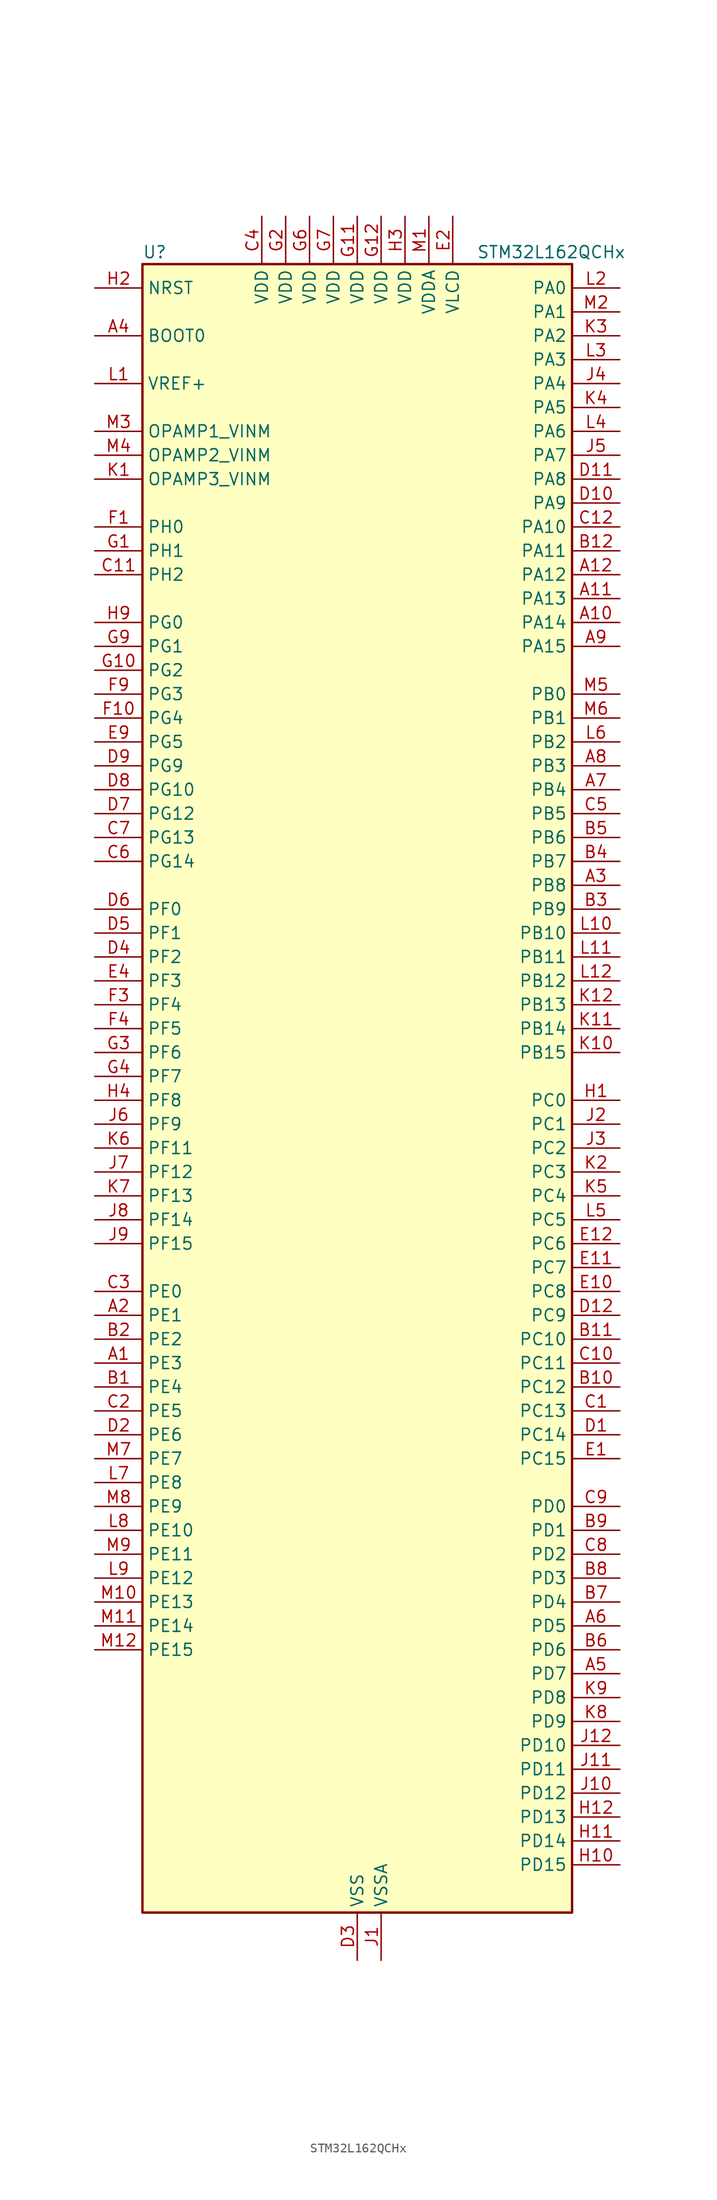
<source format=kicad_sym>
(kicad_symbol_lib
  (version 20231120)
  (generator "kicad_symbol_editor")
  (generator_version "8.0")
  (symbol "STM32L162QCHx"
    (property "Reference" "U"
      (at -22.86 90.17 0)
      (effects (font (size 1.27 1.27)) (justify left)))
    (property "Value" "STM32L162QCHx"
      (at 12.7 90.17 0)
      (effects (font (size 1.27 1.27)) (justify left)))
    (property "ki_locked" ""
      (at 0 0 0)
      (effects (font (size 1.27 1.27))))
    (symbol "STM32L162QCHx_0_1"
      (rectangle (start -22.86 -86.36) (end 22.86 88.9) (stroke (width 0.254) (type default)) (fill (type background))))
    (symbol "STM32L162QCHx_1_1"
      (pin bidirectional line (at -27.94 -27.94 0) (length 5.08) (name "PE3" (effects (font (size 1.27 1.27)))) (number "A1" (effects (font (size 1.27 1.27)))) (alternate "LCD_SEG39" bidirectional line) (alternate "SYS_TRACED0" bidirectional line) (alternate "TIM3_CH1" bidirectional line) (alternate "TIMX_IC4" bidirectional line))
      (pin bidirectional line (at 27.94 50.8 180) (length 5.08) (name "PA14" (effects (font (size 1.27 1.27)))) (number "A10" (effects (font (size 1.27 1.27)))) (alternate "SYS_JTCK-SWCLK" bidirectional line) (alternate "TIMX_IC3" bidirectional line) (alternate "TS_G5_IO2" bidirectional line))
      (pin bidirectional line (at 27.94 53.34 180) (length 5.08) (name "PA13" (effects (font (size 1.27 1.27)))) (number "A11" (effects (font (size 1.27 1.27)))) (alternate "SYS_JTMS-SWDIO" bidirectional line) (alternate "TIMX_IC2" bidirectional line) (alternate "TS_G5_IO1" bidirectional line))
      (pin bidirectional line (at 27.94 55.88 180) (length 5.08) (name "PA12" (effects (font (size 1.27 1.27)))) (number "A12" (effects (font (size 1.27 1.27)))) (alternate "SPI1_MOSI" bidirectional line) (alternate "TIMX_IC1" bidirectional line) (alternate "USART1_RTS" bidirectional line) (alternate "USB_DP" bidirectional line))
      (pin bidirectional line (at -27.94 -22.86 0) (length 5.08) (name "PE1" (effects (font (size 1.27 1.27)))) (number "A2" (effects (font (size 1.27 1.27)))) (alternate "LCD_SEG37" bidirectional line) (alternate "TIM11_CH1" bidirectional line) (alternate "TIMX_IC2" bidirectional line))
      (pin bidirectional line (at 27.94 22.86 180) (length 5.08) (name "PB8" (effects (font (size 1.27 1.27)))) (number "A3" (effects (font (size 1.27 1.27)))) (alternate "I2C1_SCL" bidirectional line) (alternate "LCD_SEG16" bidirectional line) (alternate "TIM10_CH1" bidirectional line) (alternate "TIM4_CH3" bidirectional line))
      (pin input line (at -27.94 81.28 0) (length 5.08) (name "BOOT0" (effects (font (size 1.27 1.27)))) (number "A4" (effects (font (size 1.27 1.27)))))
      (pin bidirectional line (at 27.94 -60.96 180) (length 5.08) (name "PD7" (effects (font (size 1.27 1.27)))) (number "A5" (effects (font (size 1.27 1.27)))) (alternate "TIM9_CH2" bidirectional line) (alternate "TIMX_IC4" bidirectional line) (alternate "USART2_CK" bidirectional line))
      (pin bidirectional line (at 27.94 -55.88 180) (length 5.08) (name "PD5" (effects (font (size 1.27 1.27)))) (number "A6" (effects (font (size 1.27 1.27)))) (alternate "TIMX_IC2" bidirectional line) (alternate "USART2_TX" bidirectional line))
      (pin bidirectional line (at 27.94 33.02 180) (length 5.08) (name "PB4" (effects (font (size 1.27 1.27)))) (number "A7" (effects (font (size 1.27 1.27)))) (alternate "COMP2_INP" bidirectional line) (alternate "LCD_SEG8" bidirectional line) (alternate "SPI1_MISO" bidirectional line) (alternate "SPI3_MISO" bidirectional line) (alternate "SYS_JTRST" bidirectional line) (alternate "TIM3_CH1" bidirectional line) (alternate "TS_G6_IO1" bidirectional line))
      (pin bidirectional line (at 27.94 35.56 180) (length 5.08) (name "PB3" (effects (font (size 1.27 1.27)))) (number "A8" (effects (font (size 1.27 1.27)))) (alternate "COMP2_INM" bidirectional line) (alternate "I2S3_CK" bidirectional line) (alternate "LCD_SEG7" bidirectional line) (alternate "SPI1_SCK" bidirectional line) (alternate "SPI3_SCK" bidirectional line) (alternate "SYS_JTDO-TRACESWO" bidirectional line) (alternate "TIM2_CH2" bidirectional line))
      (pin bidirectional line (at 27.94 48.26 180) (length 5.08) (name "PA15" (effects (font (size 1.27 1.27)))) (number "A9" (effects (font (size 1.27 1.27)))) (alternate "ADC_EXTI15" bidirectional line) (alternate "I2S3_WS" bidirectional line) (alternate "LCD_SEG17" bidirectional line) (alternate "SPI1_NSS" bidirectional line) (alternate "SPI3_NSS" bidirectional line) (alternate "SYS_JTDI" bidirectional line) (alternate "TIM2_CH1" bidirectional line) (alternate "TIM2_ETR" bidirectional line) (alternate "TIMX_IC4" bidirectional line) (alternate "TS_G5_IO3" bidirectional line))
      (pin bidirectional line (at -27.94 -30.48 0) (length 5.08) (name "PE4" (effects (font (size 1.27 1.27)))) (number "B1" (effects (font (size 1.27 1.27)))) (alternate "SYS_TRACED1" bidirectional line) (alternate "TIM3_CH2" bidirectional line) (alternate "TIMX_IC1" bidirectional line))
      (pin bidirectional line (at 27.94 -30.48 180) (length 5.08) (name "PC12" (effects (font (size 1.27 1.27)))) (number "B10" (effects (font (size 1.27 1.27)))) (alternate "I2S3_SD" bidirectional line) (alternate "LCD_COM6" bidirectional line) (alternate "LCD_SEG30" bidirectional line) (alternate "LCD_SEG42" bidirectional line) (alternate "SPI3_MOSI" bidirectional line) (alternate "TIMX_IC1" bidirectional line) (alternate "USART3_CK" bidirectional line))
      (pin bidirectional line (at 27.94 -25.4 180) (length 5.08) (name "PC10" (effects (font (size 1.27 1.27)))) (number "B11" (effects (font (size 1.27 1.27)))) (alternate "I2S3_CK" bidirectional line) (alternate "LCD_COM4" bidirectional line) (alternate "LCD_SEG28" bidirectional line) (alternate "LCD_SEG40" bidirectional line) (alternate "SPI3_SCK" bidirectional line) (alternate "TIMX_IC3" bidirectional line) (alternate "USART3_TX" bidirectional line))
      (pin bidirectional line (at 27.94 58.42 180) (length 5.08) (name "PA11" (effects (font (size 1.27 1.27)))) (number "B12" (effects (font (size 1.27 1.27)))) (alternate "ADC_EXTI11" bidirectional line) (alternate "SPI1_MISO" bidirectional line) (alternate "TIMX_IC4" bidirectional line) (alternate "USART1_CTS" bidirectional line) (alternate "USB_DM" bidirectional line))
      (pin bidirectional line (at -27.94 -25.4 0) (length 5.08) (name "PE2" (effects (font (size 1.27 1.27)))) (number "B2" (effects (font (size 1.27 1.27)))) (alternate "LCD_SEG38" bidirectional line) (alternate "SYS_TRACECK" bidirectional line) (alternate "TIM3_ETR" bidirectional line) (alternate "TIMX_IC3" bidirectional line))
      (pin bidirectional line (at 27.94 20.32 180) (length 5.08) (name "PB9" (effects (font (size 1.27 1.27)))) (number "B3" (effects (font (size 1.27 1.27)))) (alternate "DAC_EXTI9" bidirectional line) (alternate "I2C1_SDA" bidirectional line) (alternate "LCD_COM3" bidirectional line) (alternate "TIM11_CH1" bidirectional line) (alternate "TIM4_CH4" bidirectional line))
      (pin bidirectional line (at 27.94 25.4 180) (length 5.08) (name "PB7" (effects (font (size 1.27 1.27)))) (number "B4" (effects (font (size 1.27 1.27)))) (alternate "COMP2_INP" bidirectional line) (alternate "I2C1_SDA" bidirectional line) (alternate "SYS_PVD_IN" bidirectional line) (alternate "TIM4_CH2" bidirectional line) (alternate "TS_G6_IO4" bidirectional line) (alternate "USART1_RX" bidirectional line))
      (pin bidirectional line (at 27.94 27.94 180) (length 5.08) (name "PB6" (effects (font (size 1.27 1.27)))) (number "B5" (effects (font (size 1.27 1.27)))) (alternate "COMP2_INP" bidirectional line) (alternate "I2C1_SCL" bidirectional line) (alternate "TIM4_CH1" bidirectional line) (alternate "TS_G6_IO3" bidirectional line) (alternate "USART1_TX" bidirectional line))
      (pin bidirectional line (at 27.94 -58.42 180) (length 5.08) (name "PD6" (effects (font (size 1.27 1.27)))) (number "B6" (effects (font (size 1.27 1.27)))) (alternate "TIMX_IC3" bidirectional line) (alternate "USART2_RX" bidirectional line))
      (pin bidirectional line (at 27.94 -53.34 180) (length 5.08) (name "PD4" (effects (font (size 1.27 1.27)))) (number "B7" (effects (font (size 1.27 1.27)))) (alternate "I2S2_SD" bidirectional line) (alternate "SPI2_MOSI" bidirectional line) (alternate "TIMX_IC1" bidirectional line) (alternate "USART2_RTS" bidirectional line))
      (pin bidirectional line (at 27.94 -50.8 180) (length 5.08) (name "PD3" (effects (font (size 1.27 1.27)))) (number "B8" (effects (font (size 1.27 1.27)))) (alternate "SPI2_MISO" bidirectional line) (alternate "TIMX_IC4" bidirectional line) (alternate "USART2_CTS" bidirectional line))
      (pin bidirectional line (at 27.94 -45.72 180) (length 5.08) (name "PD1" (effects (font (size 1.27 1.27)))) (number "B9" (effects (font (size 1.27 1.27)))) (alternate "I2S2_CK" bidirectional line) (alternate "SPI2_SCK" bidirectional line) (alternate "TIMX_IC2" bidirectional line))
      (pin bidirectional line (at 27.94 -33.02 180) (length 5.08) (name "PC13" (effects (font (size 1.27 1.27)))) (number "C1" (effects (font (size 1.27 1.27)))) (alternate "RTC_OUT_ALARM" bidirectional line) (alternate "RTC_OUT_CALIB" bidirectional line) (alternate "RTC_TAMP1" bidirectional line) (alternate "RTC_TS" bidirectional line) (alternate "SYS_WKUP2" bidirectional line) (alternate "TIMX_IC2" bidirectional line))
      (pin bidirectional line (at 27.94 -27.94 180) (length 5.08) (name "PC11" (effects (font (size 1.27 1.27)))) (number "C10" (effects (font (size 1.27 1.27)))) (alternate "ADC_EXTI11" bidirectional line) (alternate "LCD_COM5" bidirectional line) (alternate "LCD_SEG29" bidirectional line) (alternate "LCD_SEG41" bidirectional line) (alternate "SPI3_MISO" bidirectional line) (alternate "TIMX_IC4" bidirectional line) (alternate "USART3_RX" bidirectional line))
      (pin bidirectional line (at -27.94 55.88 0) (length 5.08) (name "PH2" (effects (font (size 1.27 1.27)))) (number "C11" (effects (font (size 1.27 1.27)))))
      (pin bidirectional line (at 27.94 60.96 180) (length 5.08) (name "PA10" (effects (font (size 1.27 1.27)))) (number "C12" (effects (font (size 1.27 1.27)))) (alternate "LCD_COM2" bidirectional line) (alternate "TIMX_IC3" bidirectional line) (alternate "TS_G4_IO3" bidirectional line) (alternate "USART1_RX" bidirectional line))
      (pin bidirectional line (at -27.94 -33.02 0) (length 5.08) (name "PE5" (effects (font (size 1.27 1.27)))) (number "C2" (effects (font (size 1.27 1.27)))) (alternate "SYS_TRACED2" bidirectional line) (alternate "TIM9_CH1" bidirectional line) (alternate "TIMX_IC2" bidirectional line))
      (pin bidirectional line (at -27.94 -20.32 0) (length 5.08) (name "PE0" (effects (font (size 1.27 1.27)))) (number "C3" (effects (font (size 1.27 1.27)))) (alternate "LCD_SEG36" bidirectional line) (alternate "TIM10_CH1" bidirectional line) (alternate "TIM4_ETR" bidirectional line) (alternate "TIMX_IC1" bidirectional line))
      (pin power_in line (at -10.16 93.98 270) (length 5.08) (name "VDD" (effects (font (size 1.27 1.27)))) (number "C4" (effects (font (size 1.27 1.27)))))
      (pin bidirectional line (at 27.94 30.48 180) (length 5.08) (name "PB5" (effects (font (size 1.27 1.27)))) (number "C5" (effects (font (size 1.27 1.27)))) (alternate "COMP2_INP" bidirectional line) (alternate "I2C1_SMBA" bidirectional line) (alternate "I2S3_SD" bidirectional line) (alternate "LCD_SEG9" bidirectional line) (alternate "SPI1_MOSI" bidirectional line) (alternate "SPI3_MOSI" bidirectional line) (alternate "TIM3_CH2" bidirectional line) (alternate "TS_G6_IO2" bidirectional line))
      (pin bidirectional line (at -27.94 25.4 0) (length 5.08) (name "PG14" (effects (font (size 1.27 1.27)))) (number "C6" (effects (font (size 1.27 1.27)))))
      (pin bidirectional line (at -27.94 27.94 0) (length 5.08) (name "PG13" (effects (font (size 1.27 1.27)))) (number "C7" (effects (font (size 1.27 1.27)))))
      (pin bidirectional line (at 27.94 -48.26 180) (length 5.08) (name "PD2" (effects (font (size 1.27 1.27)))) (number "C8" (effects (font (size 1.27 1.27)))) (alternate "LCD_COM7" bidirectional line) (alternate "LCD_SEG31" bidirectional line) (alternate "LCD_SEG43" bidirectional line) (alternate "TIM3_ETR" bidirectional line) (alternate "TIMX_IC3" bidirectional line))
      (pin bidirectional line (at 27.94 -43.18 180) (length 5.08) (name "PD0" (effects (font (size 1.27 1.27)))) (number "C9" (effects (font (size 1.27 1.27)))) (alternate "I2S2_WS" bidirectional line) (alternate "SPI2_NSS" bidirectional line) (alternate "TIM9_CH1" bidirectional line) (alternate "TIMX_IC1" bidirectional line))
      (pin bidirectional line (at 27.94 -35.56 180) (length 5.08) (name "PC14" (effects (font (size 1.27 1.27)))) (number "D1" (effects (font (size 1.27 1.27)))) (alternate "RCC_OSC32_IN" bidirectional line) (alternate "TIMX_IC3" bidirectional line))
      (pin bidirectional line (at 27.94 63.5 180) (length 5.08) (name "PA9" (effects (font (size 1.27 1.27)))) (number "D10" (effects (font (size 1.27 1.27)))) (alternate "DAC_EXTI9" bidirectional line) (alternate "LCD_COM1" bidirectional line) (alternate "TIMX_IC2" bidirectional line) (alternate "TS_G4_IO2" bidirectional line) (alternate "USART1_TX" bidirectional line))
      (pin bidirectional line (at 27.94 66.04 180) (length 5.08) (name "PA8" (effects (font (size 1.27 1.27)))) (number "D11" (effects (font (size 1.27 1.27)))) (alternate "LCD_COM0" bidirectional line) (alternate "RCC_MCO" bidirectional line) (alternate "TIMX_IC1" bidirectional line) (alternate "TS_G4_IO1" bidirectional line) (alternate "USART1_CK" bidirectional line))
      (pin bidirectional line (at 27.94 -22.86 180) (length 5.08) (name "PC9" (effects (font (size 1.27 1.27)))) (number "D12" (effects (font (size 1.27 1.27)))) (alternate "DAC_EXTI9" bidirectional line) (alternate "LCD_SEG27" bidirectional line) (alternate "TIM3_CH4" bidirectional line) (alternate "TIMX_IC2" bidirectional line) (alternate "TS_G10_IO4" bidirectional line))
      (pin bidirectional line (at -27.94 -35.56 0) (length 5.08) (name "PE6" (effects (font (size 1.27 1.27)))) (number "D2" (effects (font (size 1.27 1.27)))) (alternate "RTC_TAMP3" bidirectional line) (alternate "SYS_TRACED3" bidirectional line) (alternate "SYS_WKUP3" bidirectional line) (alternate "TIM9_CH2" bidirectional line) (alternate "TIMX_IC3" bidirectional line))
      (pin power_in line (at 0 -91.44 90) (length 5.08) (name "VSS" (effects (font (size 1.27 1.27)))) (number "D3" (effects (font (size 1.27 1.27)))))
      (pin bidirectional line (at -27.94 15.24 0) (length 5.08) (name "PF2" (effects (font (size 1.27 1.27)))) (number "D4" (effects (font (size 1.27 1.27)))))
      (pin bidirectional line (at -27.94 17.78 0) (length 5.08) (name "PF1" (effects (font (size 1.27 1.27)))) (number "D5" (effects (font (size 1.27 1.27)))))
      (pin bidirectional line (at -27.94 20.32 0) (length 5.08) (name "PF0" (effects (font (size 1.27 1.27)))) (number "D6" (effects (font (size 1.27 1.27)))))
      (pin bidirectional line (at -27.94 30.48 0) (length 5.08) (name "PG12" (effects (font (size 1.27 1.27)))) (number "D7" (effects (font (size 1.27 1.27)))))
      (pin bidirectional line (at -27.94 33.02 0) (length 5.08) (name "PG10" (effects (font (size 1.27 1.27)))) (number "D8" (effects (font (size 1.27 1.27)))))
      (pin bidirectional line (at -27.94 35.56 0) (length 5.08) (name "PG9" (effects (font (size 1.27 1.27)))) (number "D9" (effects (font (size 1.27 1.27)))) (alternate "DAC_EXTI9" bidirectional line))
      (pin bidirectional line (at 27.94 -38.1 180) (length 5.08) (name "PC15" (effects (font (size 1.27 1.27)))) (number "E1" (effects (font (size 1.27 1.27)))) (alternate "ADC_EXTI15" bidirectional line) (alternate "RCC_OSC32_OUT" bidirectional line) (alternate "TIMX_IC4" bidirectional line))
      (pin bidirectional line (at 27.94 -20.32 180) (length 5.08) (name "PC8" (effects (font (size 1.27 1.27)))) (number "E10" (effects (font (size 1.27 1.27)))) (alternate "LCD_SEG26" bidirectional line) (alternate "TIM3_CH3" bidirectional line) (alternate "TIMX_IC1" bidirectional line) (alternate "TS_G10_IO3" bidirectional line))
      (pin bidirectional line (at 27.94 -17.78 180) (length 5.08) (name "PC7" (effects (font (size 1.27 1.27)))) (number "E11" (effects (font (size 1.27 1.27)))) (alternate "I2S3_MCK" bidirectional line) (alternate "LCD_SEG25" bidirectional line) (alternate "TIM3_CH2" bidirectional line) (alternate "TIMX_IC4" bidirectional line) (alternate "TS_G10_IO2" bidirectional line))
      (pin bidirectional line (at 27.94 -15.24 180) (length 5.08) (name "PC6" (effects (font (size 1.27 1.27)))) (number "E12" (effects (font (size 1.27 1.27)))) (alternate "I2S2_MCK" bidirectional line) (alternate "LCD_SEG24" bidirectional line) (alternate "TIM3_CH1" bidirectional line) (alternate "TIMX_IC3" bidirectional line) (alternate "TS_G10_IO1" bidirectional line))
      (pin power_in line (at 10.16 93.98 270) (length 5.08) (name "VLCD" (effects (font (size 1.27 1.27)))) (number "E2" (effects (font (size 1.27 1.27)))))
      (pin passive line (at 0 -91.44 90) (length 5.08) hide (name "VSS" (effects (font (size 1.27 1.27)))) (number "E3" (effects (font (size 1.27 1.27)))))
      (pin bidirectional line (at -27.94 12.7 0) (length 5.08) (name "PF3" (effects (font (size 1.27 1.27)))) (number "E4" (effects (font (size 1.27 1.27)))))
      (pin bidirectional line (at -27.94 38.1 0) (length 5.08) (name "PG5" (effects (font (size 1.27 1.27)))) (number "E9" (effects (font (size 1.27 1.27)))))
      (pin bidirectional line (at -27.94 60.96 0) (length 5.08) (name "PH0" (effects (font (size 1.27 1.27)))) (number "F1" (effects (font (size 1.27 1.27)))) (alternate "RCC_OSC_IN" bidirectional line))
      (pin bidirectional line (at -27.94 40.64 0) (length 5.08) (name "PG4" (effects (font (size 1.27 1.27)))) (number "F10" (effects (font (size 1.27 1.27)))) (alternate "ADC_IN12b" bidirectional line) (alternate "TS_G7_IO7" bidirectional line))
      (pin passive line (at 0 -91.44 90) (length 5.08) hide (name "VSS" (effects (font (size 1.27 1.27)))) (number "F11" (effects (font (size 1.27 1.27)))))
      (pin passive line (at 0 -91.44 90) (length 5.08) hide (name "VSS" (effects (font (size 1.27 1.27)))) (number "F12" (effects (font (size 1.27 1.27)))))
      (pin passive line (at 0 -91.44 90) (length 5.08) hide (name "VSS" (effects (font (size 1.27 1.27)))) (number "F2" (effects (font (size 1.27 1.27)))))
      (pin bidirectional line (at -27.94 10.16 0) (length 5.08) (name "PF4" (effects (font (size 1.27 1.27)))) (number "F3" (effects (font (size 1.27 1.27)))))
      (pin bidirectional line (at -27.94 7.62 0) (length 5.08) (name "PF5" (effects (font (size 1.27 1.27)))) (number "F4" (effects (font (size 1.27 1.27)))))
      (pin passive line (at 0 -91.44 90) (length 5.08) hide (name "VSS" (effects (font (size 1.27 1.27)))) (number "F6" (effects (font (size 1.27 1.27)))))
      (pin passive line (at 0 -91.44 90) (length 5.08) hide (name "VSS" (effects (font (size 1.27 1.27)))) (number "F7" (effects (font (size 1.27 1.27)))))
      (pin bidirectional line (at -27.94 43.18 0) (length 5.08) (name "PG3" (effects (font (size 1.27 1.27)))) (number "F9" (effects (font (size 1.27 1.27)))) (alternate "ADC_IN11b" bidirectional line) (alternate "TS_G7_IO6" bidirectional line))
      (pin bidirectional line (at -27.94 58.42 0) (length 5.08) (name "PH1" (effects (font (size 1.27 1.27)))) (number "G1" (effects (font (size 1.27 1.27)))) (alternate "RCC_OSC_OUT" bidirectional line))
      (pin bidirectional line (at -27.94 45.72 0) (length 5.08) (name "PG2" (effects (font (size 1.27 1.27)))) (number "G10" (effects (font (size 1.27 1.27)))) (alternate "ADC_IN10b" bidirectional line) (alternate "TS_G7_IO5" bidirectional line))
      (pin power_in line (at 0 93.98 270) (length 5.08) (name "VDD" (effects (font (size 1.27 1.27)))) (number "G11" (effects (font (size 1.27 1.27)))))
      (pin power_in line (at 2.54 93.98 270) (length 5.08) (name "VDD" (effects (font (size 1.27 1.27)))) (number "G12" (effects (font (size 1.27 1.27)))))
      (pin power_in line (at -7.62 93.98 270) (length 5.08) (name "VDD" (effects (font (size 1.27 1.27)))) (number "G2" (effects (font (size 1.27 1.27)))))
      (pin bidirectional line (at -27.94 5.08 0) (length 5.08) (name "PF6" (effects (font (size 1.27 1.27)))) (number "G3" (effects (font (size 1.27 1.27)))) (alternate "ADC_IN27" bidirectional line) (alternate "TIM5_CH1" bidirectional line) (alternate "TIM5_ETR" bidirectional line) (alternate "TS_G11_IO1" bidirectional line))
      (pin bidirectional line (at -27.94 2.54 0) (length 5.08) (name "PF7" (effects (font (size 1.27 1.27)))) (number "G4" (effects (font (size 1.27 1.27)))) (alternate "ADC_IN28" bidirectional line) (alternate "COMP1_INP" bidirectional line) (alternate "TIM5_CH2" bidirectional line) (alternate "TS_G11_IO2" bidirectional line))
      (pin power_in line (at -5.08 93.98 270) (length 5.08) (name "VDD" (effects (font (size 1.27 1.27)))) (number "G6" (effects (font (size 1.27 1.27)))))
      (pin power_in line (at -2.54 93.98 270) (length 5.08) (name "VDD" (effects (font (size 1.27 1.27)))) (number "G7" (effects (font (size 1.27 1.27)))))
      (pin bidirectional line (at -27.94 48.26 0) (length 5.08) (name "PG1" (effects (font (size 1.27 1.27)))) (number "G9" (effects (font (size 1.27 1.27)))) (alternate "ADC_IN9b" bidirectional line) (alternate "TS_G2_IO5" bidirectional line))
      (pin bidirectional line (at 27.94 0 180) (length 5.08) (name "PC0" (effects (font (size 1.27 1.27)))) (number "H1" (effects (font (size 1.27 1.27)))) (alternate "ADC_IN10" bidirectional line) (alternate "COMP1_INP" bidirectional line) (alternate "LCD_SEG18" bidirectional line) (alternate "TIMX_IC1" bidirectional line) (alternate "TS_G8_IO1" bidirectional line))
      (pin bidirectional line (at 27.94 -81.28 180) (length 5.08) (name "PD15" (effects (font (size 1.27 1.27)))) (number "H10" (effects (font (size 1.27 1.27)))) (alternate "ADC_EXTI15" bidirectional line) (alternate "LCD_SEG35" bidirectional line) (alternate "TIM4_CH4" bidirectional line) (alternate "TIMX_IC4" bidirectional line))
      (pin bidirectional line (at 27.94 -78.74 180) (length 5.08) (name "PD14" (effects (font (size 1.27 1.27)))) (number "H11" (effects (font (size 1.27 1.27)))) (alternate "LCD_SEG34" bidirectional line) (alternate "TIM4_CH3" bidirectional line) (alternate "TIMX_IC3" bidirectional line))
      (pin bidirectional line (at 27.94 -76.2 180) (length 5.08) (name "PD13" (effects (font (size 1.27 1.27)))) (number "H12" (effects (font (size 1.27 1.27)))) (alternate "LCD_SEG33" bidirectional line) (alternate "TIM4_CH2" bidirectional line) (alternate "TIMX_IC2" bidirectional line))
      (pin input line (at -27.94 86.36 0) (length 5.08) (name "NRST" (effects (font (size 1.27 1.27)))) (number "H2" (effects (font (size 1.27 1.27)))))
      (pin power_in line (at 5.08 93.98 270) (length 5.08) (name "VDD" (effects (font (size 1.27 1.27)))) (number "H3" (effects (font (size 1.27 1.27)))))
      (pin bidirectional line (at -27.94 0 0) (length 5.08) (name "PF8" (effects (font (size 1.27 1.27)))) (number "H4" (effects (font (size 1.27 1.27)))) (alternate "ADC_IN29" bidirectional line) (alternate "COMP1_INP" bidirectional line) (alternate "TIM5_CH3" bidirectional line) (alternate "TS_G11_IO3" bidirectional line))
      (pin bidirectional line (at -27.94 50.8 0) (length 5.08) (name "PG0" (effects (font (size 1.27 1.27)))) (number "H9" (effects (font (size 1.27 1.27)))) (alternate "ADC_IN8b" bidirectional line) (alternate "TS_G2_IO4" bidirectional line))
      (pin power_in line (at 2.54 -91.44 90) (length 5.08) (name "VSSA" (effects (font (size 1.27 1.27)))) (number "J1" (effects (font (size 1.27 1.27)))))
      (pin bidirectional line (at 27.94 -73.66 180) (length 5.08) (name "PD12" (effects (font (size 1.27 1.27)))) (number "J10" (effects (font (size 1.27 1.27)))) (alternate "LCD_SEG32" bidirectional line) (alternate "TIM4_CH1" bidirectional line) (alternate "TIMX_IC1" bidirectional line) (alternate "USART3_RTS" bidirectional line))
      (pin bidirectional line (at 27.94 -71.12 180) (length 5.08) (name "PD11" (effects (font (size 1.27 1.27)))) (number "J11" (effects (font (size 1.27 1.27)))) (alternate "ADC_EXTI11" bidirectional line) (alternate "LCD_SEG31" bidirectional line) (alternate "TIMX_IC4" bidirectional line) (alternate "USART3_CTS" bidirectional line))
      (pin bidirectional line (at 27.94 -68.58 180) (length 5.08) (name "PD10" (effects (font (size 1.27 1.27)))) (number "J12" (effects (font (size 1.27 1.27)))) (alternate "LCD_SEG30" bidirectional line) (alternate "TIMX_IC3" bidirectional line) (alternate "USART3_CK" bidirectional line))
      (pin bidirectional line (at 27.94 -2.54 180) (length 5.08) (name "PC1" (effects (font (size 1.27 1.27)))) (number "J2" (effects (font (size 1.27 1.27)))) (alternate "ADC_IN11" bidirectional line) (alternate "COMP1_INP" bidirectional line) (alternate "LCD_SEG19" bidirectional line) (alternate "TIMX_IC2" bidirectional line) (alternate "TS_G8_IO2" bidirectional line))
      (pin bidirectional line (at 27.94 -5.08 180) (length 5.08) (name "PC2" (effects (font (size 1.27 1.27)))) (number "J3" (effects (font (size 1.27 1.27)))) (alternate "ADC_IN12" bidirectional line) (alternate "COMP1_INP" bidirectional line) (alternate "LCD_SEG20" bidirectional line) (alternate "TIMX_IC3" bidirectional line) (alternate "TS_G8_IO3" bidirectional line))
      (pin bidirectional line (at 27.94 76.2 180) (length 5.08) (name "PA4" (effects (font (size 1.27 1.27)))) (number "J4" (effects (font (size 1.27 1.27)))) (alternate "ADC_IN4" bidirectional line) (alternate "COMP1_INP" bidirectional line) (alternate "DAC_OUT1" bidirectional line) (alternate "I2S3_WS" bidirectional line) (alternate "SPI1_NSS" bidirectional line) (alternate "SPI3_NSS" bidirectional line) (alternate "TIMX_IC1" bidirectional line) (alternate "USART2_CK" bidirectional line))
      (pin bidirectional line (at 27.94 68.58 180) (length 5.08) (name "PA7" (effects (font (size 1.27 1.27)))) (number "J5" (effects (font (size 1.27 1.27)))) (alternate "ADC_IN7" bidirectional line) (alternate "COMP1_INP" bidirectional line) (alternate "LCD_SEG4" bidirectional line) (alternate "SPI1_MOSI" bidirectional line) (alternate "TIM11_CH1" bidirectional line) (alternate "TIM3_CH2" bidirectional line) (alternate "TIMX_IC4" bidirectional line) (alternate "TS_G2_IO2" bidirectional line))
      (pin bidirectional line (at -27.94 -2.54 0) (length 5.08) (name "PF9" (effects (font (size 1.27 1.27)))) (number "J6" (effects (font (size 1.27 1.27)))) (alternate "ADC_IN30" bidirectional line) (alternate "COMP1_INP" bidirectional line) (alternate "DAC_EXTI9" bidirectional line) (alternate "TIM5_CH4" bidirectional line) (alternate "TS_G11_IO4" bidirectional line))
      (pin bidirectional line (at -27.94 -7.62 0) (length 5.08) (name "PF12" (effects (font (size 1.27 1.27)))) (number "J7" (effects (font (size 1.27 1.27)))) (alternate "ADC_IN2b" bidirectional line) (alternate "TS_G3_IO5" bidirectional line))
      (pin bidirectional line (at -27.94 -12.7 0) (length 5.08) (name "PF14" (effects (font (size 1.27 1.27)))) (number "J8" (effects (font (size 1.27 1.27)))) (alternate "ADC_IN6b" bidirectional line) (alternate "TS_G9_IO4" bidirectional line))
      (pin bidirectional line (at -27.94 -15.24 0) (length 5.08) (name "PF15" (effects (font (size 1.27 1.27)))) (number "J9" (effects (font (size 1.27 1.27)))) (alternate "ADC_EXTI15" bidirectional line) (alternate "ADC_IN7b" bidirectional line) (alternate "TS_G2_IO3" bidirectional line))
      (pin input line (at -27.94 66.04 0) (length 5.08) (name "OPAMP3_VINM" (effects (font (size 1.27 1.27)))) (number "K1" (effects (font (size 1.27 1.27)))))
      (pin bidirectional line (at 27.94 5.08 180) (length 5.08) (name "PB15" (effects (font (size 1.27 1.27)))) (number "K10" (effects (font (size 1.27 1.27)))) (alternate "ADC_EXTI15" bidirectional line) (alternate "ADC_IN21" bidirectional line) (alternate "COMP1_INP" bidirectional line) (alternate "I2S2_SD" bidirectional line) (alternate "LCD_SEG15" bidirectional line) (alternate "RTC_REFIN" bidirectional line) (alternate "SPI2_MOSI" bidirectional line) (alternate "TIM11_CH1" bidirectional line) (alternate "TS_G7_IO4" bidirectional line))
      (pin bidirectional line (at 27.94 7.62 180) (length 5.08) (name "PB14" (effects (font (size 1.27 1.27)))) (number "K11" (effects (font (size 1.27 1.27)))) (alternate "ADC_IN20" bidirectional line) (alternate "COMP1_INP" bidirectional line) (alternate "LCD_SEG14" bidirectional line) (alternate "SPI2_MISO" bidirectional line) (alternate "TIM9_CH2" bidirectional line) (alternate "TS_G7_IO3" bidirectional line) (alternate "USART3_RTS" bidirectional line))
      (pin bidirectional line (at 27.94 10.16 180) (length 5.08) (name "PB13" (effects (font (size 1.27 1.27)))) (number "K12" (effects (font (size 1.27 1.27)))) (alternate "ADC_IN19" bidirectional line) (alternate "COMP1_INP" bidirectional line) (alternate "I2S2_CK" bidirectional line) (alternate "LCD_SEG13" bidirectional line) (alternate "SPI2_SCK" bidirectional line) (alternate "TIM9_CH1" bidirectional line) (alternate "TS_G7_IO2" bidirectional line) (alternate "USART3_CTS" bidirectional line))
      (pin bidirectional line (at 27.94 -7.62 180) (length 5.08) (name "PC3" (effects (font (size 1.27 1.27)))) (number "K2" (effects (font (size 1.27 1.27)))) (alternate "ADC_IN13" bidirectional line) (alternate "COMP1_INP" bidirectional line) (alternate "LCD_SEG21" bidirectional line) (alternate "TIMX_IC4" bidirectional line) (alternate "TS_G8_IO4" bidirectional line))
      (pin bidirectional line (at 27.94 81.28 180) (length 5.08) (name "PA2" (effects (font (size 1.27 1.27)))) (number "K3" (effects (font (size 1.27 1.27)))) (alternate "ADC_IN2" bidirectional line) (alternate "COMP1_INP" bidirectional line) (alternate "LCD_SEG1" bidirectional line) (alternate "TIM2_CH3" bidirectional line) (alternate "TIM5_CH3" bidirectional line) (alternate "TIM9_CH1" bidirectional line) (alternate "TIMX_IC3" bidirectional line) (alternate "TS_G1_IO3" bidirectional line) (alternate "USART2_TX" bidirectional line))
      (pin bidirectional line (at 27.94 73.66 180) (length 5.08) (name "PA5" (effects (font (size 1.27 1.27)))) (number "K4" (effects (font (size 1.27 1.27)))) (alternate "ADC_IN5" bidirectional line) (alternate "COMP1_INP" bidirectional line) (alternate "DAC_OUT2" bidirectional line) (alternate "SPI1_SCK" bidirectional line) (alternate "TIM2_CH1" bidirectional line) (alternate "TIM2_ETR" bidirectional line) (alternate "TIMX_IC2" bidirectional line))
      (pin bidirectional line (at 27.94 -10.16 180) (length 5.08) (name "PC4" (effects (font (size 1.27 1.27)))) (number "K5" (effects (font (size 1.27 1.27)))) (alternate "ADC_IN14" bidirectional line) (alternate "COMP1_INP" bidirectional line) (alternate "LCD_SEG22" bidirectional line) (alternate "TIMX_IC1" bidirectional line) (alternate "TS_G9_IO1" bidirectional line))
      (pin bidirectional line (at -27.94 -5.08 0) (length 5.08) (name "PF11" (effects (font (size 1.27 1.27)))) (number "K6" (effects (font (size 1.27 1.27)))) (alternate "ADC_EXTI11" bidirectional line) (alternate "ADC_IN1b" bidirectional line) (alternate "TS_G3_IO4" bidirectional line))
      (pin bidirectional line (at -27.94 -10.16 0) (length 5.08) (name "PF13" (effects (font (size 1.27 1.27)))) (number "K7" (effects (font (size 1.27 1.27)))) (alternate "ADC_IN3b" bidirectional line) (alternate "TS_G9_IO3" bidirectional line))
      (pin bidirectional line (at 27.94 -66.04 180) (length 5.08) (name "PD9" (effects (font (size 1.27 1.27)))) (number "K8" (effects (font (size 1.27 1.27)))) (alternate "DAC_EXTI9" bidirectional line) (alternate "LCD_SEG29" bidirectional line) (alternate "TIMX_IC2" bidirectional line) (alternate "USART3_RX" bidirectional line))
      (pin bidirectional line (at 27.94 -63.5 180) (length 5.08) (name "PD8" (effects (font (size 1.27 1.27)))) (number "K9" (effects (font (size 1.27 1.27)))) (alternate "LCD_SEG28" bidirectional line) (alternate "TIMX_IC1" bidirectional line) (alternate "USART3_TX" bidirectional line))
      (pin input line (at -27.94 76.2 0) (length 5.08) (name "VREF+" (effects (font (size 1.27 1.27)))) (number "L1" (effects (font (size 1.27 1.27)))))
      (pin bidirectional line (at 27.94 17.78 180) (length 5.08) (name "PB10" (effects (font (size 1.27 1.27)))) (number "L10" (effects (font (size 1.27 1.27)))) (alternate "I2C2_SCL" bidirectional line) (alternate "LCD_SEG10" bidirectional line) (alternate "TIM2_CH3" bidirectional line) (alternate "USART3_TX" bidirectional line))
      (pin bidirectional line (at 27.94 15.24 180) (length 5.08) (name "PB11" (effects (font (size 1.27 1.27)))) (number "L11" (effects (font (size 1.27 1.27)))) (alternate "ADC_EXTI11" bidirectional line) (alternate "I2C2_SDA" bidirectional line) (alternate "LCD_SEG11" bidirectional line) (alternate "TIM2_CH4" bidirectional line) (alternate "USART3_RX" bidirectional line))
      (pin bidirectional line (at 27.94 12.7 180) (length 5.08) (name "PB12" (effects (font (size 1.27 1.27)))) (number "L12" (effects (font (size 1.27 1.27)))) (alternate "ADC_IN18" bidirectional line) (alternate "COMP1_INP" bidirectional line) (alternate "I2C2_SMBA" bidirectional line) (alternate "I2S2_WS" bidirectional line) (alternate "LCD_SEG12" bidirectional line) (alternate "SPI2_NSS" bidirectional line) (alternate "TIM10_CH1" bidirectional line) (alternate "TS_G7_IO1" bidirectional line) (alternate "USART3_CK" bidirectional line))
      (pin bidirectional line (at 27.94 86.36 180) (length 5.08) (name "PA0" (effects (font (size 1.27 1.27)))) (number "L2" (effects (font (size 1.27 1.27)))) (alternate "ADC_IN0" bidirectional line) (alternate "COMP1_INP" bidirectional line) (alternate "RTC_TAMP2" bidirectional line) (alternate "SYS_WKUP1" bidirectional line) (alternate "TIM2_CH1" bidirectional line) (alternate "TIM2_ETR" bidirectional line) (alternate "TIM5_CH1" bidirectional line) (alternate "TIMX_IC1" bidirectional line) (alternate "TS_G1_IO1" bidirectional line) (alternate "USART2_CTS" bidirectional line))
      (pin bidirectional line (at 27.94 78.74 180) (length 5.08) (name "PA3" (effects (font (size 1.27 1.27)))) (number "L3" (effects (font (size 1.27 1.27)))) (alternate "ADC_IN3" bidirectional line) (alternate "COMP1_INP" bidirectional line) (alternate "LCD_SEG2" bidirectional line) (alternate "OPAMP1_VOUT" bidirectional line) (alternate "TIM2_CH4" bidirectional line) (alternate "TIM5_CH4" bidirectional line) (alternate "TIM9_CH2" bidirectional line) (alternate "TIMX_IC4" bidirectional line) (alternate "TS_G1_IO4" bidirectional line) (alternate "USART2_RX" bidirectional line))
      (pin bidirectional line (at 27.94 71.12 180) (length 5.08) (name "PA6" (effects (font (size 1.27 1.27)))) (number "L4" (effects (font (size 1.27 1.27)))) (alternate "ADC_IN6" bidirectional line) (alternate "COMP1_INP" bidirectional line) (alternate "LCD_SEG3" bidirectional line) (alternate "OPAMP2_VINP" bidirectional line) (alternate "SPI1_MISO" bidirectional line) (alternate "TIM10_CH1" bidirectional line) (alternate "TIM3_CH1" bidirectional line) (alternate "TIMX_IC3" bidirectional line) (alternate "TS_G2_IO1" bidirectional line))
      (pin bidirectional line (at 27.94 -12.7 180) (length 5.08) (name "PC5" (effects (font (size 1.27 1.27)))) (number "L5" (effects (font (size 1.27 1.27)))) (alternate "ADC_IN15" bidirectional line) (alternate "COMP1_INP" bidirectional line) (alternate "LCD_SEG23" bidirectional line) (alternate "TIMX_IC2" bidirectional line) (alternate "TS_G9_IO2" bidirectional line))
      (pin bidirectional line (at 27.94 38.1 180) (length 5.08) (name "PB2" (effects (font (size 1.27 1.27)))) (number "L6" (effects (font (size 1.27 1.27)))) (alternate "ADC_IN0b" bidirectional line) (alternate "TS_G3_IO3" bidirectional line))
      (pin bidirectional line (at -27.94 -40.64 0) (length 5.08) (name "PE8" (effects (font (size 1.27 1.27)))) (number "L7" (effects (font (size 1.27 1.27)))) (alternate "ADC_IN23" bidirectional line) (alternate "COMP1_INP" bidirectional line) (alternate "TIMX_IC1" bidirectional line))
      (pin bidirectional line (at -27.94 -45.72 0) (length 5.08) (name "PE10" (effects (font (size 1.27 1.27)))) (number "L8" (effects (font (size 1.27 1.27)))) (alternate "ADC_IN25" bidirectional line) (alternate "COMP1_INP" bidirectional line) (alternate "TIM2_CH2" bidirectional line) (alternate "TIMX_IC3" bidirectional line))
      (pin bidirectional line (at -27.94 -50.8 0) (length 5.08) (name "PE12" (effects (font (size 1.27 1.27)))) (number "L9" (effects (font (size 1.27 1.27)))) (alternate "SPI1_NSS" bidirectional line) (alternate "TIM2_CH4" bidirectional line) (alternate "TIMX_IC1" bidirectional line))
      (pin power_in line (at 7.62 93.98 270) (length 5.08) (name "VDDA" (effects (font (size 1.27 1.27)))) (number "M1" (effects (font (size 1.27 1.27)))))
      (pin bidirectional line (at -27.94 -53.34 0) (length 5.08) (name "PE13" (effects (font (size 1.27 1.27)))) (number "M10" (effects (font (size 1.27 1.27)))) (alternate "SPI1_SCK" bidirectional line) (alternate "TIMX_IC2" bidirectional line))
      (pin bidirectional line (at -27.94 -55.88 0) (length 5.08) (name "PE14" (effects (font (size 1.27 1.27)))) (number "M11" (effects (font (size 1.27 1.27)))) (alternate "SPI1_MISO" bidirectional line) (alternate "TIMX_IC3" bidirectional line))
      (pin bidirectional line (at -27.94 -58.42 0) (length 5.08) (name "PE15" (effects (font (size 1.27 1.27)))) (number "M12" (effects (font (size 1.27 1.27)))) (alternate "ADC_EXTI15" bidirectional line) (alternate "SPI1_MOSI" bidirectional line) (alternate "TIMX_IC4" bidirectional line))
      (pin bidirectional line (at 27.94 83.82 180) (length 5.08) (name "PA1" (effects (font (size 1.27 1.27)))) (number "M2" (effects (font (size 1.27 1.27)))) (alternate "ADC_IN1" bidirectional line) (alternate "COMP1_INP" bidirectional line) (alternate "LCD_SEG0" bidirectional line) (alternate "OPAMP1_VINP" bidirectional line) (alternate "TIM2_CH2" bidirectional line) (alternate "TIM5_CH2" bidirectional line) (alternate "TIMX_IC2" bidirectional line) (alternate "TS_G1_IO2" bidirectional line) (alternate "USART2_RTS" bidirectional line))
      (pin input line (at -27.94 71.12 0) (length 5.08) (name "OPAMP1_VINM" (effects (font (size 1.27 1.27)))) (number "M3" (effects (font (size 1.27 1.27)))) (alternate "OPAMP1_VINM" bidirectional line))
      (pin input line (at -27.94 68.58 0) (length 5.08) (name "OPAMP2_VINM" (effects (font (size 1.27 1.27)))) (number "M4" (effects (font (size 1.27 1.27)))) (alternate "OPAMP2_VINM" bidirectional line))
      (pin bidirectional line (at 27.94 43.18 180) (length 5.08) (name "PB0" (effects (font (size 1.27 1.27)))) (number "M5" (effects (font (size 1.27 1.27)))) (alternate "ADC_IN8" bidirectional line) (alternate "COMP1_INP" bidirectional line) (alternate "LCD_SEG5" bidirectional line) (alternate "OPAMP2_VOUT" bidirectional line) (alternate "SYS_V_REF_OUT" bidirectional line) (alternate "TIM3_CH3" bidirectional line) (alternate "TS_G3_IO1" bidirectional line))
      (pin bidirectional line (at 27.94 40.64 180) (length 5.08) (name "PB1" (effects (font (size 1.27 1.27)))) (number "M6" (effects (font (size 1.27 1.27)))) (alternate "ADC_IN9" bidirectional line) (alternate "COMP1_INP" bidirectional line) (alternate "LCD_SEG6" bidirectional line) (alternate "SYS_V_REF_OUT" bidirectional line) (alternate "TIM3_CH4" bidirectional line) (alternate "TS_G3_IO2" bidirectional line))
      (pin bidirectional line (at -27.94 -38.1 0) (length 5.08) (name "PE7" (effects (font (size 1.27 1.27)))) (number "M7" (effects (font (size 1.27 1.27)))) (alternate "ADC_IN22" bidirectional line) (alternate "COMP1_INP" bidirectional line) (alternate "TIMX_IC4" bidirectional line))
      (pin bidirectional line (at -27.94 -43.18 0) (length 5.08) (name "PE9" (effects (font (size 1.27 1.27)))) (number "M8" (effects (font (size 1.27 1.27)))) (alternate "ADC_IN24" bidirectional line) (alternate "COMP1_INP" bidirectional line) (alternate "DAC_EXTI9" bidirectional line) (alternate "TIM2_CH1" bidirectional line) (alternate "TIM2_ETR" bidirectional line) (alternate "TIMX_IC2" bidirectional line))
      (pin bidirectional line (at -27.94 -48.26 0) (length 5.08) (name "PE11" (effects (font (size 1.27 1.27)))) (number "M9" (effects (font (size 1.27 1.27)))) (alternate "ADC_EXTI11" bidirectional line) (alternate "TIM2_CH3" bidirectional line) (alternate "TIMX_IC4" bidirectional line)))))
</source>
